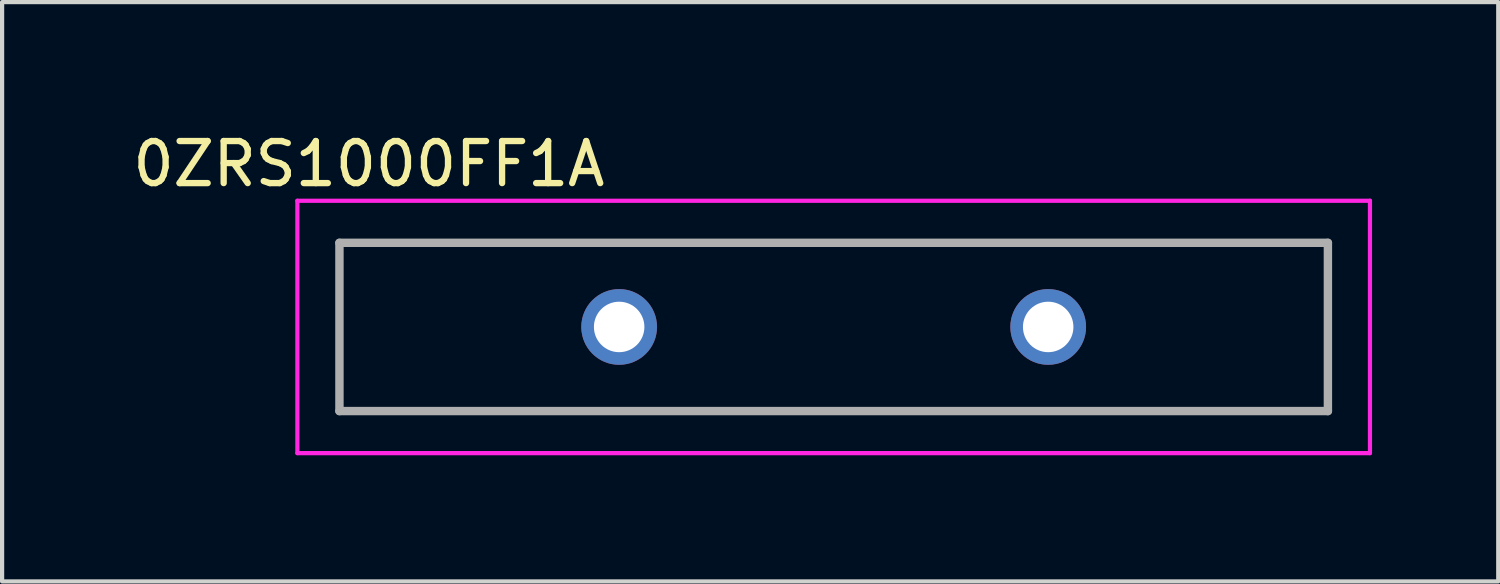
<source format=kicad_pcb>
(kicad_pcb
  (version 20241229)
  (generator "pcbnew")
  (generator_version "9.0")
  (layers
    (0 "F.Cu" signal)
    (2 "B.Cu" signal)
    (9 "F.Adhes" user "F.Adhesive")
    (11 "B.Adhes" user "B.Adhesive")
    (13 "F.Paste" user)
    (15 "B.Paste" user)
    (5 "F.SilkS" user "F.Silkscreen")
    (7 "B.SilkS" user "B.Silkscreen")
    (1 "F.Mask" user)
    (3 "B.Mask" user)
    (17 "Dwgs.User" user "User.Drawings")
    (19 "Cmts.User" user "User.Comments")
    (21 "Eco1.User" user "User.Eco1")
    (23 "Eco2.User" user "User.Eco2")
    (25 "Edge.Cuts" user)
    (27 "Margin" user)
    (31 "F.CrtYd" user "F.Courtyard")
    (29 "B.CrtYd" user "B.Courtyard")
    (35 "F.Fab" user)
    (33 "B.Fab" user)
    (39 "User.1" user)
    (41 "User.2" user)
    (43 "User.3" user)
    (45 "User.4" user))
  (footprint "0ZRS1000FF1A"
    (layer "F.Cu")
    (at 16.995 4.723)
    (property "Reference" "0ZRS1000FF1A" (at -11.275 -3.875 0) (layer "F.SilkS") (effects (font (size 1 1) (thickness 0.15))))
    (attr through_hole)
    (fp_line (start -11.975 -2) (end 11.525 -2) (stroke (width 0.1) (type solid)) (layer "F.SilkS"))
    (fp_line (start -11.975 2) (end -11.975 -2) (stroke (width 0.1) (type solid)) (layer "F.SilkS"))
    (fp_line (start 11.525 -2) (end 11.525 2) (stroke (width 0.1) (type solid)) (layer "F.SilkS"))
    (fp_line (start 11.525 2) (end -11.975 2) (stroke (width 0.1) (type solid)) (layer "F.SilkS"))
    (fp_line (start -12.975 -3) (end 12.525 -3) (stroke (width 0.1) (type solid)) (layer "F.CrtYd"))
    (fp_line (start -12.975 3) (end -12.975 -3) (stroke (width 0.1) (type solid)) (layer "F.CrtYd"))
    (fp_line (start 12.525 -3) (end 12.525 3) (stroke (width 0.1) (type solid)) (layer "F.CrtYd"))
    (fp_line (start 12.525 3) (end -12.975 3) (stroke (width 0.1) (type solid)) (layer "F.CrtYd"))
    (fp_line (start -11.975 -2) (end 11.525 -2) (stroke (width 0.2) (type solid)) (layer "F.Fab"))
    (fp_line (start -11.975 2) (end -11.975 -2) (stroke (width 0.2) (type solid)) (layer "F.Fab"))
    (fp_line (start 11.525 -2) (end 11.525 2) (stroke (width 0.2) (type solid)) (layer "F.Fab"))
    (fp_line (start 11.525 2) (end -11.975 2) (stroke (width 0.2) (type solid)) (layer "F.Fab"))
    (pad "1" thru_hole circle (at -5.325 0) (size 1.8 1.8) (drill 1.2) (layers "*.Cu" "*.Mask"))
    (pad "2" thru_hole circle (at 4.875 0) (size 1.8 1.8) (drill 1.2) (layers "*.Cu" "*.Mask")))
  (gr_rect
    (start -3 -3)
    (end 32.57 10.773)
    (stroke (width 0.1) (type default))
    (fill no)
    (layer "Edge.Cuts")))
</source>
